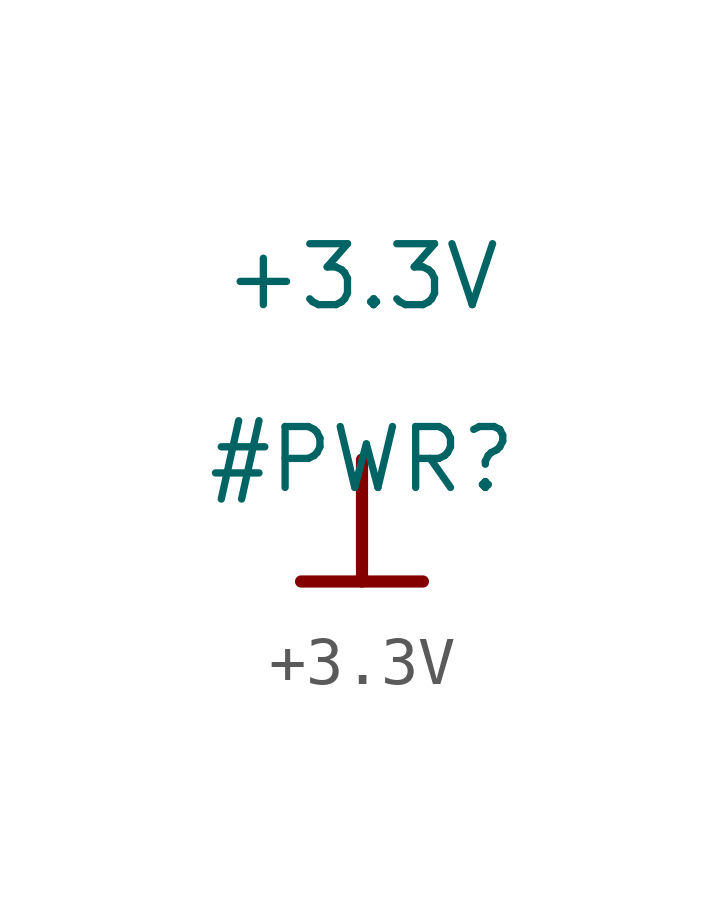
<source format=kicad_sym>
(kicad_symbol_lib
  (version 20241209)
  (generator "kicad_symbol_editor")
  (generator_version "9.0")
  (symbol "+3.3V"
    (power)
    (property "Reference" "#PWR"
      (at 0 0 0)
      (effects (font (size 1.27 1.27))))
    (property "Value" "+3.3V"
      (at 0 3.81 0)
      (effects (font (size 1.27 1.27))))
    (symbol "+3.3V_0_0"
      (polyline (pts (xy -1.27 -2.54) (xy 1.27 -2.54)) (stroke (width 0.254) (type solid)) (fill (type none)))
      (polyline (pts (xy 0 0) (xy 0 -2.54)) (stroke (width 0.254) (type solid)) (fill (type none))))
    (symbol "+3.3V_1_0"
      (pin power_in line (at 0 0 0) (length 0) (hide yes) (name "D+5V" (effects (font (size 1.27 1.27)))) (number "" (effects (font (size 1.27 1.27))))))))
</source>
